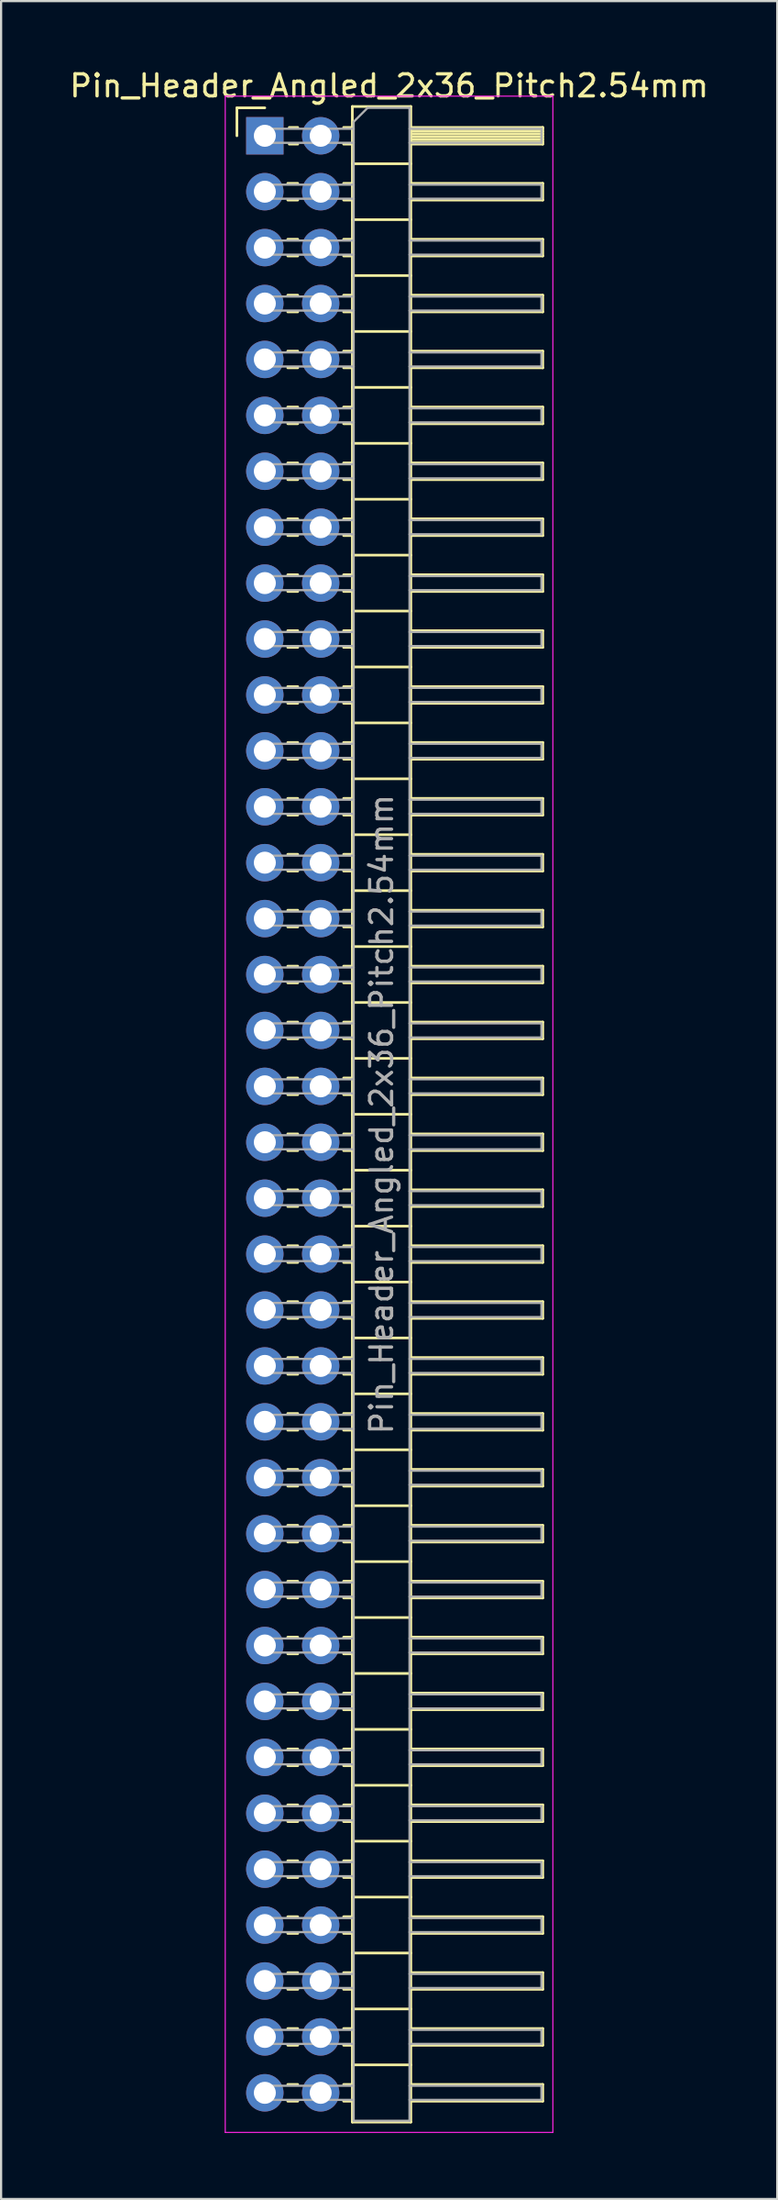
<source format=kicad_pcb>
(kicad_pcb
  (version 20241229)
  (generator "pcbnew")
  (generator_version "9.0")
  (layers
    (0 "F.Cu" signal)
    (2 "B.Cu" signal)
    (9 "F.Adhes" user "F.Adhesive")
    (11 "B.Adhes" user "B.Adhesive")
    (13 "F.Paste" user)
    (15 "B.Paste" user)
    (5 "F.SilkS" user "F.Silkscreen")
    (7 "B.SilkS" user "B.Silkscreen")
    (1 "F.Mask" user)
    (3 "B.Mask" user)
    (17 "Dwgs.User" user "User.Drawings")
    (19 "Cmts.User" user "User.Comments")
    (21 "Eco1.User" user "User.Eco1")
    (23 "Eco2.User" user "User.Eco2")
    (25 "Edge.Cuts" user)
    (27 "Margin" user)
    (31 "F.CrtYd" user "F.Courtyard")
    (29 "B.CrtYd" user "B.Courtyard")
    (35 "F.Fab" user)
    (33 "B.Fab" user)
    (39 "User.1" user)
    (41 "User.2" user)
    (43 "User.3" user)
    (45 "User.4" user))
  (footprint "Pin_Header_Angled_2x36_Pitch2.54mm"
    (layer "F.Cu")
    (at 8.994 3.118)
    (property "Reference" "Pin_Header_Angled_2x36_Pitch2.54mm" (at 5.655 -2.27 0) (layer "F.SilkS") (effects (font (size 1 1) (thickness 0.15))))
    (attr through_hole)
    (fp_line (start -1.27 -1.27) (end 0 -1.27) (stroke (width 0.12) (type solid)) (layer "F.SilkS"))
    (fp_line (start -1.27 0) (end -1.27 -1.27) (stroke (width 0.12) (type solid)) (layer "F.SilkS"))
    (fp_line (start 1.043 2.16) (end 1.497 2.16) (stroke (width 0.12) (type solid)) (layer "F.SilkS"))
    (fp_line (start 1.043 2.92) (end 1.497 2.92) (stroke (width 0.12) (type solid)) (layer "F.SilkS"))
    (fp_line (start 1.043 4.7) (end 1.497 4.7) (stroke (width 0.12) (type solid)) (layer "F.SilkS"))
    (fp_line (start 1.043 5.46) (end 1.497 5.46) (stroke (width 0.12) (type solid)) (layer "F.SilkS"))
    (fp_line (start 1.043 7.24) (end 1.497 7.24) (stroke (width 0.12) (type solid)) (layer "F.SilkS"))
    (fp_line (start 1.043 8) (end 1.497 8) (stroke (width 0.12) (type solid)) (layer "F.SilkS"))
    (fp_line (start 1.043 9.78) (end 1.497 9.78) (stroke (width 0.12) (type solid)) (layer "F.SilkS"))
    (fp_line (start 1.043 10.54) (end 1.497 10.54) (stroke (width 0.12) (type solid)) (layer "F.SilkS"))
    (fp_line (start 1.043 12.32) (end 1.497 12.32) (stroke (width 0.12) (type solid)) (layer "F.SilkS"))
    (fp_line (start 1.043 13.08) (end 1.497 13.08) (stroke (width 0.12) (type solid)) (layer "F.SilkS"))
    (fp_line (start 1.043 14.86) (end 1.497 14.86) (stroke (width 0.12) (type solid)) (layer "F.SilkS"))
    (fp_line (start 1.043 15.62) (end 1.497 15.62) (stroke (width 0.12) (type solid)) (layer "F.SilkS"))
    (fp_line (start 1.043 17.4) (end 1.497 17.4) (stroke (width 0.12) (type solid)) (layer "F.SilkS"))
    (fp_line (start 1.043 18.16) (end 1.497 18.16) (stroke (width 0.12) (type solid)) (layer "F.SilkS"))
    (fp_line (start 1.043 19.94) (end 1.497 19.94) (stroke (width 0.12) (type solid)) (layer "F.SilkS"))
    (fp_line (start 1.043 20.7) (end 1.497 20.7) (stroke (width 0.12) (type solid)) (layer "F.SilkS"))
    (fp_line (start 1.043 22.48) (end 1.497 22.48) (stroke (width 0.12) (type solid)) (layer "F.SilkS"))
    (fp_line (start 1.043 23.24) (end 1.497 23.24) (stroke (width 0.12) (type solid)) (layer "F.SilkS"))
    (fp_line (start 1.043 25.02) (end 1.497 25.02) (stroke (width 0.12) (type solid)) (layer "F.SilkS"))
    (fp_line (start 1.043 25.78) (end 1.497 25.78) (stroke (width 0.12) (type solid)) (layer "F.SilkS"))
    (fp_line (start 1.043 27.56) (end 1.497 27.56) (stroke (width 0.12) (type solid)) (layer "F.SilkS"))
    (fp_line (start 1.043 28.32) (end 1.497 28.32) (stroke (width 0.12) (type solid)) (layer "F.SilkS"))
    (fp_line (start 1.043 30.1) (end 1.497 30.1) (stroke (width 0.12) (type solid)) (layer "F.SilkS"))
    (fp_line (start 1.043 30.86) (end 1.497 30.86) (stroke (width 0.12) (type solid)) (layer "F.SilkS"))
    (fp_line (start 1.043 32.64) (end 1.497 32.64) (stroke (width 0.12) (type solid)) (layer "F.SilkS"))
    (fp_line (start 1.043 33.4) (end 1.497 33.4) (stroke (width 0.12) (type solid)) (layer "F.SilkS"))
    (fp_line (start 1.043 35.18) (end 1.497 35.18) (stroke (width 0.12) (type solid)) (layer "F.SilkS"))
    (fp_line (start 1.043 35.94) (end 1.497 35.94) (stroke (width 0.12) (type solid)) (layer "F.SilkS"))
    (fp_line (start 1.043 37.72) (end 1.497 37.72) (stroke (width 0.12) (type solid)) (layer "F.SilkS"))
    (fp_line (start 1.043 38.48) (end 1.497 38.48) (stroke (width 0.12) (type solid)) (layer "F.SilkS"))
    (fp_line (start 1.043 40.26) (end 1.497 40.26) (stroke (width 0.12) (type solid)) (layer "F.SilkS"))
    (fp_line (start 1.043 41.02) (end 1.497 41.02) (stroke (width 0.12) (type solid)) (layer "F.SilkS"))
    (fp_line (start 1.043 42.8) (end 1.497 42.8) (stroke (width 0.12) (type solid)) (layer "F.SilkS"))
    (fp_line (start 1.043 43.56) (end 1.497 43.56) (stroke (width 0.12) (type solid)) (layer "F.SilkS"))
    (fp_line (start 1.043 45.34) (end 1.497 45.34) (stroke (width 0.12) (type solid)) (layer "F.SilkS"))
    (fp_line (start 1.043 46.1) (end 1.497 46.1) (stroke (width 0.12) (type solid)) (layer "F.SilkS"))
    (fp_line (start 1.043 47.88) (end 1.497 47.88) (stroke (width 0.12) (type solid)) (layer "F.SilkS"))
    (fp_line (start 1.043 48.64) (end 1.497 48.64) (stroke (width 0.12) (type solid)) (layer "F.SilkS"))
    (fp_line (start 1.043 50.42) (end 1.497 50.42) (stroke (width 0.12) (type solid)) (layer "F.SilkS"))
    (fp_line (start 1.043 51.18) (end 1.497 51.18) (stroke (width 0.12) (type solid)) (layer "F.SilkS"))
    (fp_line (start 1.043 52.96) (end 1.497 52.96) (stroke (width 0.12) (type solid)) (layer "F.SilkS"))
    (fp_line (start 1.043 53.72) (end 1.497 53.72) (stroke (width 0.12) (type solid)) (layer "F.SilkS"))
    (fp_line (start 1.043 55.5) (end 1.497 55.5) (stroke (width 0.12) (type solid)) (layer "F.SilkS"))
    (fp_line (start 1.043 56.26) (end 1.497 56.26) (stroke (width 0.12) (type solid)) (layer "F.SilkS"))
    (fp_line (start 1.043 58.04) (end 1.497 58.04) (stroke (width 0.12) (type solid)) (layer "F.SilkS"))
    (fp_line (start 1.043 58.8) (end 1.497 58.8) (stroke (width 0.12) (type solid)) (layer "F.SilkS"))
    (fp_line (start 1.043 60.58) (end 1.497 60.58) (stroke (width 0.12) (type solid)) (layer "F.SilkS"))
    (fp_line (start 1.043 61.34) (end 1.497 61.34) (stroke (width 0.12) (type solid)) (layer "F.SilkS"))
    (fp_line (start 1.043 63.12) (end 1.497 63.12) (stroke (width 0.12) (type solid)) (layer "F.SilkS"))
    (fp_line (start 1.043 63.88) (end 1.497 63.88) (stroke (width 0.12) (type solid)) (layer "F.SilkS"))
    (fp_line (start 1.043 65.66) (end 1.497 65.66) (stroke (width 0.12) (type solid)) (layer "F.SilkS"))
    (fp_line (start 1.043 66.42) (end 1.497 66.42) (stroke (width 0.12) (type solid)) (layer "F.SilkS"))
    (fp_line (start 1.043 68.2) (end 1.497 68.2) (stroke (width 0.12) (type solid)) (layer "F.SilkS"))
    (fp_line (start 1.043 68.96) (end 1.497 68.96) (stroke (width 0.12) (type solid)) (layer "F.SilkS"))
    (fp_line (start 1.043 70.74) (end 1.497 70.74) (stroke (width 0.12) (type solid)) (layer "F.SilkS"))
    (fp_line (start 1.043 71.5) (end 1.497 71.5) (stroke (width 0.12) (type solid)) (layer "F.SilkS"))
    (fp_line (start 1.043 73.28) (end 1.497 73.28) (stroke (width 0.12) (type solid)) (layer "F.SilkS"))
    (fp_line (start 1.043 74.04) (end 1.497 74.04) (stroke (width 0.12) (type solid)) (layer "F.SilkS"))
    (fp_line (start 1.043 75.82) (end 1.497 75.82) (stroke (width 0.12) (type solid)) (layer "F.SilkS"))
    (fp_line (start 1.043 76.58) (end 1.497 76.58) (stroke (width 0.12) (type solid)) (layer "F.SilkS"))
    (fp_line (start 1.043 78.36) (end 1.497 78.36) (stroke (width 0.12) (type solid)) (layer "F.SilkS"))
    (fp_line (start 1.043 79.12) (end 1.497 79.12) (stroke (width 0.12) (type solid)) (layer "F.SilkS"))
    (fp_line (start 1.043 80.9) (end 1.497 80.9) (stroke (width 0.12) (type solid)) (layer "F.SilkS"))
    (fp_line (start 1.043 81.66) (end 1.497 81.66) (stroke (width 0.12) (type solid)) (layer "F.SilkS"))
    (fp_line (start 1.043 83.44) (end 1.497 83.44) (stroke (width 0.12) (type solid)) (layer "F.SilkS"))
    (fp_line (start 1.043 84.2) (end 1.497 84.2) (stroke (width 0.12) (type solid)) (layer "F.SilkS"))
    (fp_line (start 1.043 85.98) (end 1.497 85.98) (stroke (width 0.12) (type solid)) (layer "F.SilkS"))
    (fp_line (start 1.043 86.74) (end 1.497 86.74) (stroke (width 0.12) (type solid)) (layer "F.SilkS"))
    (fp_line (start 1.043 88.52) (end 1.497 88.52) (stroke (width 0.12) (type solid)) (layer "F.SilkS"))
    (fp_line (start 1.043 89.28) (end 1.497 89.28) (stroke (width 0.12) (type solid)) (layer "F.SilkS"))
    (fp_line (start 1.11 -0.38) (end 1.497 -0.38) (stroke (width 0.12) (type solid)) (layer "F.SilkS"))
    (fp_line (start 1.11 0.38) (end 1.497 0.38) (stroke (width 0.12) (type solid)) (layer "F.SilkS"))
    (fp_line (start 3.583 -0.38) (end 3.98 -0.38) (stroke (width 0.12) (type solid)) (layer "F.SilkS"))
    (fp_line (start 3.583 0.38) (end 3.98 0.38) (stroke (width 0.12) (type solid)) (layer "F.SilkS"))
    (fp_line (start 3.583 2.16) (end 3.98 2.16) (stroke (width 0.12) (type solid)) (layer "F.SilkS"))
    (fp_line (start 3.583 2.92) (end 3.98 2.92) (stroke (width 0.12) (type solid)) (layer "F.SilkS"))
    (fp_line (start 3.583 4.7) (end 3.98 4.7) (stroke (width 0.12) (type solid)) (layer "F.SilkS"))
    (fp_line (start 3.583 5.46) (end 3.98 5.46) (stroke (width 0.12) (type solid)) (layer "F.SilkS"))
    (fp_line (start 3.583 7.24) (end 3.98 7.24) (stroke (width 0.12) (type solid)) (layer "F.SilkS"))
    (fp_line (start 3.583 8) (end 3.98 8) (stroke (width 0.12) (type solid)) (layer "F.SilkS"))
    (fp_line (start 3.583 9.78) (end 3.98 9.78) (stroke (width 0.12) (type solid)) (layer "F.SilkS"))
    (fp_line (start 3.583 10.54) (end 3.98 10.54) (stroke (width 0.12) (type solid)) (layer "F.SilkS"))
    (fp_line (start 3.583 12.32) (end 3.98 12.32) (stroke (width 0.12) (type solid)) (layer "F.SilkS"))
    (fp_line (start 3.583 13.08) (end 3.98 13.08) (stroke (width 0.12) (type solid)) (layer "F.SilkS"))
    (fp_line (start 3.583 14.86) (end 3.98 14.86) (stroke (width 0.12) (type solid)) (layer "F.SilkS"))
    (fp_line (start 3.583 15.62) (end 3.98 15.62) (stroke (width 0.12) (type solid)) (layer "F.SilkS"))
    (fp_line (start 3.583 17.4) (end 3.98 17.4) (stroke (width 0.12) (type solid)) (layer "F.SilkS"))
    (fp_line (start 3.583 18.16) (end 3.98 18.16) (stroke (width 0.12) (type solid)) (layer "F.SilkS"))
    (fp_line (start 3.583 19.94) (end 3.98 19.94) (stroke (width 0.12) (type solid)) (layer "F.SilkS"))
    (fp_line (start 3.583 20.7) (end 3.98 20.7) (stroke (width 0.12) (type solid)) (layer "F.SilkS"))
    (fp_line (start 3.583 22.48) (end 3.98 22.48) (stroke (width 0.12) (type solid)) (layer "F.SilkS"))
    (fp_line (start 3.583 23.24) (end 3.98 23.24) (stroke (width 0.12) (type solid)) (layer "F.SilkS"))
    (fp_line (start 3.583 25.02) (end 3.98 25.02) (stroke (width 0.12) (type solid)) (layer "F.SilkS"))
    (fp_line (start 3.583 25.78) (end 3.98 25.78) (stroke (width 0.12) (type solid)) (layer "F.SilkS"))
    (fp_line (start 3.583 27.56) (end 3.98 27.56) (stroke (width 0.12) (type solid)) (layer "F.SilkS"))
    (fp_line (start 3.583 28.32) (end 3.98 28.32) (stroke (width 0.12) (type solid)) (layer "F.SilkS"))
    (fp_line (start 3.583 30.1) (end 3.98 30.1) (stroke (width 0.12) (type solid)) (layer "F.SilkS"))
    (fp_line (start 3.583 30.86) (end 3.98 30.86) (stroke (width 0.12) (type solid)) (layer "F.SilkS"))
    (fp_line (start 3.583 32.64) (end 3.98 32.64) (stroke (width 0.12) (type solid)) (layer "F.SilkS"))
    (fp_line (start 3.583 33.4) (end 3.98 33.4) (stroke (width 0.12) (type solid)) (layer "F.SilkS"))
    (fp_line (start 3.583 35.18) (end 3.98 35.18) (stroke (width 0.12) (type solid)) (layer "F.SilkS"))
    (fp_line (start 3.583 35.94) (end 3.98 35.94) (stroke (width 0.12) (type solid)) (layer "F.SilkS"))
    (fp_line (start 3.583 37.72) (end 3.98 37.72) (stroke (width 0.12) (type solid)) (layer "F.SilkS"))
    (fp_line (start 3.583 38.48) (end 3.98 38.48) (stroke (width 0.12) (type solid)) (layer "F.SilkS"))
    (fp_line (start 3.583 40.26) (end 3.98 40.26) (stroke (width 0.12) (type solid)) (layer "F.SilkS"))
    (fp_line (start 3.583 41.02) (end 3.98 41.02) (stroke (width 0.12) (type solid)) (layer "F.SilkS"))
    (fp_line (start 3.583 42.8) (end 3.98 42.8) (stroke (width 0.12) (type solid)) (layer "F.SilkS"))
    (fp_line (start 3.583 43.56) (end 3.98 43.56) (stroke (width 0.12) (type solid)) (layer "F.SilkS"))
    (fp_line (start 3.583 45.34) (end 3.98 45.34) (stroke (width 0.12) (type solid)) (layer "F.SilkS"))
    (fp_line (start 3.583 46.1) (end 3.98 46.1) (stroke (width 0.12) (type solid)) (layer "F.SilkS"))
    (fp_line (start 3.583 47.88) (end 3.98 47.88) (stroke (width 0.12) (type solid)) (layer "F.SilkS"))
    (fp_line (start 3.583 48.64) (end 3.98 48.64) (stroke (width 0.12) (type solid)) (layer "F.SilkS"))
    (fp_line (start 3.583 50.42) (end 3.98 50.42) (stroke (width 0.12) (type solid)) (layer "F.SilkS"))
    (fp_line (start 3.583 51.18) (end 3.98 51.18) (stroke (width 0.12) (type solid)) (layer "F.SilkS"))
    (fp_line (start 3.583 52.96) (end 3.98 52.96) (stroke (width 0.12) (type solid)) (layer "F.SilkS"))
    (fp_line (start 3.583 53.72) (end 3.98 53.72) (stroke (width 0.12) (type solid)) (layer "F.SilkS"))
    (fp_line (start 3.583 55.5) (end 3.98 55.5) (stroke (width 0.12) (type solid)) (layer "F.SilkS"))
    (fp_line (start 3.583 56.26) (end 3.98 56.26) (stroke (width 0.12) (type solid)) (layer "F.SilkS"))
    (fp_line (start 3.583 58.04) (end 3.98 58.04) (stroke (width 0.12) (type solid)) (layer "F.SilkS"))
    (fp_line (start 3.583 58.8) (end 3.98 58.8) (stroke (width 0.12) (type solid)) (layer "F.SilkS"))
    (fp_line (start 3.583 60.58) (end 3.98 60.58) (stroke (width 0.12) (type solid)) (layer "F.SilkS"))
    (fp_line (start 3.583 61.34) (end 3.98 61.34) (stroke (width 0.12) (type solid)) (layer "F.SilkS"))
    (fp_line (start 3.583 63.12) (end 3.98 63.12) (stroke (width 0.12) (type solid)) (layer "F.SilkS"))
    (fp_line (start 3.583 63.88) (end 3.98 63.88) (stroke (width 0.12) (type solid)) (layer "F.SilkS"))
    (fp_line (start 3.583 65.66) (end 3.98 65.66) (stroke (width 0.12) (type solid)) (layer "F.SilkS"))
    (fp_line (start 3.583 66.42) (end 3.98 66.42) (stroke (width 0.12) (type solid)) (layer "F.SilkS"))
    (fp_line (start 3.583 68.2) (end 3.98 68.2) (stroke (width 0.12) (type solid)) (layer "F.SilkS"))
    (fp_line (start 3.583 68.96) (end 3.98 68.96) (stroke (width 0.12) (type solid)) (layer "F.SilkS"))
    (fp_line (start 3.583 70.74) (end 3.98 70.74) (stroke (width 0.12) (type solid)) (layer "F.SilkS"))
    (fp_line (start 3.583 71.5) (end 3.98 71.5) (stroke (width 0.12) (type solid)) (layer "F.SilkS"))
    (fp_line (start 3.583 73.28) (end 3.98 73.28) (stroke (width 0.12) (type solid)) (layer "F.SilkS"))
    (fp_line (start 3.583 74.04) (end 3.98 74.04) (stroke (width 0.12) (type solid)) (layer "F.SilkS"))
    (fp_line (start 3.583 75.82) (end 3.98 75.82) (stroke (width 0.12) (type solid)) (layer "F.SilkS"))
    (fp_line (start 3.583 76.58) (end 3.98 76.58) (stroke (width 0.12) (type solid)) (layer "F.SilkS"))
    (fp_line (start 3.583 78.36) (end 3.98 78.36) (stroke (width 0.12) (type solid)) (layer "F.SilkS"))
    (fp_line (start 3.583 79.12) (end 3.98 79.12) (stroke (width 0.12) (type solid)) (layer "F.SilkS"))
    (fp_line (start 3.583 80.9) (end 3.98 80.9) (stroke (width 0.12) (type solid)) (layer "F.SilkS"))
    (fp_line (start 3.583 81.66) (end 3.98 81.66) (stroke (width 0.12) (type solid)) (layer "F.SilkS"))
    (fp_line (start 3.583 83.44) (end 3.98 83.44) (stroke (width 0.12) (type solid)) (layer "F.SilkS"))
    (fp_line (start 3.583 84.2) (end 3.98 84.2) (stroke (width 0.12) (type solid)) (layer "F.SilkS"))
    (fp_line (start 3.583 85.98) (end 3.98 85.98) (stroke (width 0.12) (type solid)) (layer "F.SilkS"))
    (fp_line (start 3.583 86.74) (end 3.98 86.74) (stroke (width 0.12) (type solid)) (layer "F.SilkS"))
    (fp_line (start 3.583 88.52) (end 3.98 88.52) (stroke (width 0.12) (type solid)) (layer "F.SilkS"))
    (fp_line (start 3.583 89.28) (end 3.98 89.28) (stroke (width 0.12) (type solid)) (layer "F.SilkS"))
    (fp_line (start 3.98 -1.33) (end 3.98 90.23) (stroke (width 0.12) (type solid)) (layer "F.SilkS"))
    (fp_line (start 3.98 1.27) (end 6.64 1.27) (stroke (width 0.12) (type solid)) (layer "F.SilkS"))
    (fp_line (start 3.98 3.81) (end 6.64 3.81) (stroke (width 0.12) (type solid)) (layer "F.SilkS"))
    (fp_line (start 3.98 6.35) (end 6.64 6.35) (stroke (width 0.12) (type solid)) (layer "F.SilkS"))
    (fp_line (start 3.98 8.89) (end 6.64 8.89) (stroke (width 0.12) (type solid)) (layer "F.SilkS"))
    (fp_line (start 3.98 11.43) (end 6.64 11.43) (stroke (width 0.12) (type solid)) (layer "F.SilkS"))
    (fp_line (start 3.98 13.97) (end 6.64 13.97) (stroke (width 0.12) (type solid)) (layer "F.SilkS"))
    (fp_line (start 3.98 16.51) (end 6.64 16.51) (stroke (width 0.12) (type solid)) (layer "F.SilkS"))
    (fp_line (start 3.98 19.05) (end 6.64 19.05) (stroke (width 0.12) (type solid)) (layer "F.SilkS"))
    (fp_line (start 3.98 21.59) (end 6.64 21.59) (stroke (width 0.12) (type solid)) (layer "F.SilkS"))
    (fp_line (start 3.98 24.13) (end 6.64 24.13) (stroke (width 0.12) (type solid)) (layer "F.SilkS"))
    (fp_line (start 3.98 26.67) (end 6.64 26.67) (stroke (width 0.12) (type solid)) (layer "F.SilkS"))
    (fp_line (start 3.98 29.21) (end 6.64 29.21) (stroke (width 0.12) (type solid)) (layer "F.SilkS"))
    (fp_line (start 3.98 31.75) (end 6.64 31.75) (stroke (width 0.12) (type solid)) (layer "F.SilkS"))
    (fp_line (start 3.98 34.29) (end 6.64 34.29) (stroke (width 0.12) (type solid)) (layer "F.SilkS"))
    (fp_line (start 3.98 36.83) (end 6.64 36.83) (stroke (width 0.12) (type solid)) (layer "F.SilkS"))
    (fp_line (start 3.98 39.37) (end 6.64 39.37) (stroke (width 0.12) (type solid)) (layer "F.SilkS"))
    (fp_line (start 3.98 41.91) (end 6.64 41.91) (stroke (width 0.12) (type solid)) (layer "F.SilkS"))
    (fp_line (start 3.98 44.45) (end 6.64 44.45) (stroke (width 0.12) (type solid)) (layer "F.SilkS"))
    (fp_line (start 3.98 46.99) (end 6.64 46.99) (stroke (width 0.12) (type solid)) (layer "F.SilkS"))
    (fp_line (start 3.98 49.53) (end 6.64 49.53) (stroke (width 0.12) (type solid)) (layer "F.SilkS"))
    (fp_line (start 3.98 52.07) (end 6.64 52.07) (stroke (width 0.12) (type solid)) (layer "F.SilkS"))
    (fp_line (start 3.98 54.61) (end 6.64 54.61) (stroke (width 0.12) (type solid)) (layer "F.SilkS"))
    (fp_line (start 3.98 57.15) (end 6.64 57.15) (stroke (width 0.12) (type solid)) (layer "F.SilkS"))
    (fp_line (start 3.98 59.69) (end 6.64 59.69) (stroke (width 0.12) (type solid)) (layer "F.SilkS"))
    (fp_line (start 3.98 62.23) (end 6.64 62.23) (stroke (width 0.12) (type solid)) (layer "F.SilkS"))
    (fp_line (start 3.98 64.77) (end 6.64 64.77) (stroke (width 0.12) (type solid)) (layer "F.SilkS"))
    (fp_line (start 3.98 67.31) (end 6.64 67.31) (stroke (width 0.12) (type solid)) (layer "F.SilkS"))
    (fp_line (start 3.98 69.85) (end 6.64 69.85) (stroke (width 0.12) (type solid)) (layer "F.SilkS"))
    (fp_line (start 3.98 72.39) (end 6.64 72.39) (stroke (width 0.12) (type solid)) (layer "F.SilkS"))
    (fp_line (start 3.98 74.93) (end 6.64 74.93) (stroke (width 0.12) (type solid)) (layer "F.SilkS"))
    (fp_line (start 3.98 77.47) (end 6.64 77.47) (stroke (width 0.12) (type solid)) (layer "F.SilkS"))
    (fp_line (start 3.98 80.01) (end 6.64 80.01) (stroke (width 0.12) (type solid)) (layer "F.SilkS"))
    (fp_line (start 3.98 82.55) (end 6.64 82.55) (stroke (width 0.12) (type solid)) (layer "F.SilkS"))
    (fp_line (start 3.98 85.09) (end 6.64 85.09) (stroke (width 0.12) (type solid)) (layer "F.SilkS"))
    (fp_line (start 3.98 87.63) (end 6.64 87.63) (stroke (width 0.12) (type solid)) (layer "F.SilkS"))
    (fp_line (start 3.98 90.23) (end 6.64 90.23) (stroke (width 0.12) (type solid)) (layer "F.SilkS"))
    (fp_line (start 6.64 -1.33) (end 3.98 -1.33) (stroke (width 0.12) (type solid)) (layer "F.SilkS"))
    (fp_line (start 6.64 -0.38) (end 12.64 -0.38) (stroke (width 0.12) (type solid)) (layer "F.SilkS"))
    (fp_line (start 6.64 -0.32) (end 12.64 -0.32) (stroke (width 0.12) (type solid)) (layer "F.SilkS"))
    (fp_line (start 6.64 -0.2) (end 12.64 -0.2) (stroke (width 0.12) (type solid)) (layer "F.SilkS"))
    (fp_line (start 6.64 -0.08) (end 12.64 -0.08) (stroke (width 0.12) (type solid)) (layer "F.SilkS"))
    (fp_line (start 6.64 0.04) (end 12.64 0.04) (stroke (width 0.12) (type solid)) (layer "F.SilkS"))
    (fp_line (start 6.64 0.16) (end 12.64 0.16) (stroke (width 0.12) (type solid)) (layer "F.SilkS"))
    (fp_line (start 6.64 0.28) (end 12.64 0.28) (stroke (width 0.12) (type solid)) (layer "F.SilkS"))
    (fp_line (start 6.64 2.16) (end 12.64 2.16) (stroke (width 0.12) (type solid)) (layer "F.SilkS"))
    (fp_line (start 6.64 4.7) (end 12.64 4.7) (stroke (width 0.12) (type solid)) (layer "F.SilkS"))
    (fp_line (start 6.64 7.24) (end 12.64 7.24) (stroke (width 0.12) (type solid)) (layer "F.SilkS"))
    (fp_line (start 6.64 9.78) (end 12.64 9.78) (stroke (width 0.12) (type solid)) (layer "F.SilkS"))
    (fp_line (start 6.64 12.32) (end 12.64 12.32) (stroke (width 0.12) (type solid)) (layer "F.SilkS"))
    (fp_line (start 6.64 14.86) (end 12.64 14.86) (stroke (width 0.12) (type solid)) (layer "F.SilkS"))
    (fp_line (start 6.64 17.4) (end 12.64 17.4) (stroke (width 0.12) (type solid)) (layer "F.SilkS"))
    (fp_line (start 6.64 19.94) (end 12.64 19.94) (stroke (width 0.12) (type solid)) (layer "F.SilkS"))
    (fp_line (start 6.64 22.48) (end 12.64 22.48) (stroke (width 0.12) (type solid)) (layer "F.SilkS"))
    (fp_line (start 6.64 25.02) (end 12.64 25.02) (stroke (width 0.12) (type solid)) (layer "F.SilkS"))
    (fp_line (start 6.64 27.56) (end 12.64 27.56) (stroke (width 0.12) (type solid)) (layer "F.SilkS"))
    (fp_line (start 6.64 30.1) (end 12.64 30.1) (stroke (width 0.12) (type solid)) (layer "F.SilkS"))
    (fp_line (start 6.64 32.64) (end 12.64 32.64) (stroke (width 0.12) (type solid)) (layer "F.SilkS"))
    (fp_line (start 6.64 35.18) (end 12.64 35.18) (stroke (width 0.12) (type solid)) (layer "F.SilkS"))
    (fp_line (start 6.64 37.72) (end 12.64 37.72) (stroke (width 0.12) (type solid)) (layer "F.SilkS"))
    (fp_line (start 6.64 40.26) (end 12.64 40.26) (stroke (width 0.12) (type solid)) (layer "F.SilkS"))
    (fp_line (start 6.64 42.8) (end 12.64 42.8) (stroke (width 0.12) (type solid)) (layer "F.SilkS"))
    (fp_line (start 6.64 45.34) (end 12.64 45.34) (stroke (width 0.12) (type solid)) (layer "F.SilkS"))
    (fp_line (start 6.64 47.88) (end 12.64 47.88) (stroke (width 0.12) (type solid)) (layer "F.SilkS"))
    (fp_line (start 6.64 50.42) (end 12.64 50.42) (stroke (width 0.12) (type solid)) (layer "F.SilkS"))
    (fp_line (start 6.64 52.96) (end 12.64 52.96) (stroke (width 0.12) (type solid)) (layer "F.SilkS"))
    (fp_line (start 6.64 55.5) (end 12.64 55.5) (stroke (width 0.12) (type solid)) (layer "F.SilkS"))
    (fp_line (start 6.64 58.04) (end 12.64 58.04) (stroke (width 0.12) (type solid)) (layer "F.SilkS"))
    (fp_line (start 6.64 60.58) (end 12.64 60.58) (stroke (width 0.12) (type solid)) (layer "F.SilkS"))
    (fp_line (start 6.64 63.12) (end 12.64 63.12) (stroke (width 0.12) (type solid)) (layer "F.SilkS"))
    (fp_line (start 6.64 65.66) (end 12.64 65.66) (stroke (width 0.12) (type solid)) (layer "F.SilkS"))
    (fp_line (start 6.64 68.2) (end 12.64 68.2) (stroke (width 0.12) (type solid)) (layer "F.SilkS"))
    (fp_line (start 6.64 70.74) (end 12.64 70.74) (stroke (width 0.12) (type solid)) (layer "F.SilkS"))
    (fp_line (start 6.64 73.28) (end 12.64 73.28) (stroke (width 0.12) (type solid)) (layer "F.SilkS"))
    (fp_line (start 6.64 75.82) (end 12.64 75.82) (stroke (width 0.12) (type solid)) (layer "F.SilkS"))
    (fp_line (start 6.64 78.36) (end 12.64 78.36) (stroke (width 0.12) (type solid)) (layer "F.SilkS"))
    (fp_line (start 6.64 80.9) (end 12.64 80.9) (stroke (width 0.12) (type solid)) (layer "F.SilkS"))
    (fp_line (start 6.64 83.44) (end 12.64 83.44) (stroke (width 0.12) (type solid)) (layer "F.SilkS"))
    (fp_line (start 6.64 85.98) (end 12.64 85.98) (stroke (width 0.12) (type solid)) (layer "F.SilkS"))
    (fp_line (start 6.64 88.52) (end 12.64 88.52) (stroke (width 0.12) (type solid)) (layer "F.SilkS"))
    (fp_line (start 6.64 90.23) (end 6.64 -1.33) (stroke (width 0.12) (type solid)) (layer "F.SilkS"))
    (fp_line (start 12.64 -0.38) (end 12.64 0.38) (stroke (width 0.12) (type solid)) (layer "F.SilkS"))
    (fp_line (start 12.64 0.38) (end 6.64 0.38) (stroke (width 0.12) (type solid)) (layer "F.SilkS"))
    (fp_line (start 12.64 2.16) (end 12.64 2.92) (stroke (width 0.12) (type solid)) (layer "F.SilkS"))
    (fp_line (start 12.64 2.92) (end 6.64 2.92) (stroke (width 0.12) (type solid)) (layer "F.SilkS"))
    (fp_line (start 12.64 4.7) (end 12.64 5.46) (stroke (width 0.12) (type solid)) (layer "F.SilkS"))
    (fp_line (start 12.64 5.46) (end 6.64 5.46) (stroke (width 0.12) (type solid)) (layer "F.SilkS"))
    (fp_line (start 12.64 7.24) (end 12.64 8) (stroke (width 0.12) (type solid)) (layer "F.SilkS"))
    (fp_line (start 12.64 8) (end 6.64 8) (stroke (width 0.12) (type solid)) (layer "F.SilkS"))
    (fp_line (start 12.64 9.78) (end 12.64 10.54) (stroke (width 0.12) (type solid)) (layer "F.SilkS"))
    (fp_line (start 12.64 10.54) (end 6.64 10.54) (stroke (width 0.12) (type solid)) (layer "F.SilkS"))
    (fp_line (start 12.64 12.32) (end 12.64 13.08) (stroke (width 0.12) (type solid)) (layer "F.SilkS"))
    (fp_line (start 12.64 13.08) (end 6.64 13.08) (stroke (width 0.12) (type solid)) (layer "F.SilkS"))
    (fp_line (start 12.64 14.86) (end 12.64 15.62) (stroke (width 0.12) (type solid)) (layer "F.SilkS"))
    (fp_line (start 12.64 15.62) (end 6.64 15.62) (stroke (width 0.12) (type solid)) (layer "F.SilkS"))
    (fp_line (start 12.64 17.4) (end 12.64 18.16) (stroke (width 0.12) (type solid)) (layer "F.SilkS"))
    (fp_line (start 12.64 18.16) (end 6.64 18.16) (stroke (width 0.12) (type solid)) (layer "F.SilkS"))
    (fp_line (start 12.64 19.94) (end 12.64 20.7) (stroke (width 0.12) (type solid)) (layer "F.SilkS"))
    (fp_line (start 12.64 20.7) (end 6.64 20.7) (stroke (width 0.12) (type solid)) (layer "F.SilkS"))
    (fp_line (start 12.64 22.48) (end 12.64 23.24) (stroke (width 0.12) (type solid)) (layer "F.SilkS"))
    (fp_line (start 12.64 23.24) (end 6.64 23.24) (stroke (width 0.12) (type solid)) (layer "F.SilkS"))
    (fp_line (start 12.64 25.02) (end 12.64 25.78) (stroke (width 0.12) (type solid)) (layer "F.SilkS"))
    (fp_line (start 12.64 25.78) (end 6.64 25.78) (stroke (width 0.12) (type solid)) (layer "F.SilkS"))
    (fp_line (start 12.64 27.56) (end 12.64 28.32) (stroke (width 0.12) (type solid)) (layer "F.SilkS"))
    (fp_line (start 12.64 28.32) (end 6.64 28.32) (stroke (width 0.12) (type solid)) (layer "F.SilkS"))
    (fp_line (start 12.64 30.1) (end 12.64 30.86) (stroke (width 0.12) (type solid)) (layer "F.SilkS"))
    (fp_line (start 12.64 30.86) (end 6.64 30.86) (stroke (width 0.12) (type solid)) (layer "F.SilkS"))
    (fp_line (start 12.64 32.64) (end 12.64 33.4) (stroke (width 0.12) (type solid)) (layer "F.SilkS"))
    (fp_line (start 12.64 33.4) (end 6.64 33.4) (stroke (width 0.12) (type solid)) (layer "F.SilkS"))
    (fp_line (start 12.64 35.18) (end 12.64 35.94) (stroke (width 0.12) (type solid)) (layer "F.SilkS"))
    (fp_line (start 12.64 35.94) (end 6.64 35.94) (stroke (width 0.12) (type solid)) (layer "F.SilkS"))
    (fp_line (start 12.64 37.72) (end 12.64 38.48) (stroke (width 0.12) (type solid)) (layer "F.SilkS"))
    (fp_line (start 12.64 38.48) (end 6.64 38.48) (stroke (width 0.12) (type solid)) (layer "F.SilkS"))
    (fp_line (start 12.64 40.26) (end 12.64 41.02) (stroke (width 0.12) (type solid)) (layer "F.SilkS"))
    (fp_line (start 12.64 41.02) (end 6.64 41.02) (stroke (width 0.12) (type solid)) (layer "F.SilkS"))
    (fp_line (start 12.64 42.8) (end 12.64 43.56) (stroke (width 0.12) (type solid)) (layer "F.SilkS"))
    (fp_line (start 12.64 43.56) (end 6.64 43.56) (stroke (width 0.12) (type solid)) (layer "F.SilkS"))
    (fp_line (start 12.64 45.34) (end 12.64 46.1) (stroke (width 0.12) (type solid)) (layer "F.SilkS"))
    (fp_line (start 12.64 46.1) (end 6.64 46.1) (stroke (width 0.12) (type solid)) (layer "F.SilkS"))
    (fp_line (start 12.64 47.88) (end 12.64 48.64) (stroke (width 0.12) (type solid)) (layer "F.SilkS"))
    (fp_line (start 12.64 48.64) (end 6.64 48.64) (stroke (width 0.12) (type solid)) (layer "F.SilkS"))
    (fp_line (start 12.64 50.42) (end 12.64 51.18) (stroke (width 0.12) (type solid)) (layer "F.SilkS"))
    (fp_line (start 12.64 51.18) (end 6.64 51.18) (stroke (width 0.12) (type solid)) (layer "F.SilkS"))
    (fp_line (start 12.64 52.96) (end 12.64 53.72) (stroke (width 0.12) (type solid)) (layer "F.SilkS"))
    (fp_line (start 12.64 53.72) (end 6.64 53.72) (stroke (width 0.12) (type solid)) (layer "F.SilkS"))
    (fp_line (start 12.64 55.5) (end 12.64 56.26) (stroke (width 0.12) (type solid)) (layer "F.SilkS"))
    (fp_line (start 12.64 56.26) (end 6.64 56.26) (stroke (width 0.12) (type solid)) (layer "F.SilkS"))
    (fp_line (start 12.64 58.04) (end 12.64 58.8) (stroke (width 0.12) (type solid)) (layer "F.SilkS"))
    (fp_line (start 12.64 58.8) (end 6.64 58.8) (stroke (width 0.12) (type solid)) (layer "F.SilkS"))
    (fp_line (start 12.64 60.58) (end 12.64 61.34) (stroke (width 0.12) (type solid)) (layer "F.SilkS"))
    (fp_line (start 12.64 61.34) (end 6.64 61.34) (stroke (width 0.12) (type solid)) (layer "F.SilkS"))
    (fp_line (start 12.64 63.12) (end 12.64 63.88) (stroke (width 0.12) (type solid)) (layer "F.SilkS"))
    (fp_line (start 12.64 63.88) (end 6.64 63.88) (stroke (width 0.12) (type solid)) (layer "F.SilkS"))
    (fp_line (start 12.64 65.66) (end 12.64 66.42) (stroke (width 0.12) (type solid)) (layer "F.SilkS"))
    (fp_line (start 12.64 66.42) (end 6.64 66.42) (stroke (width 0.12) (type solid)) (layer "F.SilkS"))
    (fp_line (start 12.64 68.2) (end 12.64 68.96) (stroke (width 0.12) (type solid)) (layer "F.SilkS"))
    (fp_line (start 12.64 68.96) (end 6.64 68.96) (stroke (width 0.12) (type solid)) (layer "F.SilkS"))
    (fp_line (start 12.64 70.74) (end 12.64 71.5) (stroke (width 0.12) (type solid)) (layer "F.SilkS"))
    (fp_line (start 12.64 71.5) (end 6.64 71.5) (stroke (width 0.12) (type solid)) (layer "F.SilkS"))
    (fp_line (start 12.64 73.28) (end 12.64 74.04) (stroke (width 0.12) (type solid)) (layer "F.SilkS"))
    (fp_line (start 12.64 74.04) (end 6.64 74.04) (stroke (width 0.12) (type solid)) (layer "F.SilkS"))
    (fp_line (start 12.64 75.82) (end 12.64 76.58) (stroke (width 0.12) (type solid)) (layer "F.SilkS"))
    (fp_line (start 12.64 76.58) (end 6.64 76.58) (stroke (width 0.12) (type solid)) (layer "F.SilkS"))
    (fp_line (start 12.64 78.36) (end 12.64 79.12) (stroke (width 0.12) (type solid)) (layer "F.SilkS"))
    (fp_line (start 12.64 79.12) (end 6.64 79.12) (stroke (width 0.12) (type solid)) (layer "F.SilkS"))
    (fp_line (start 12.64 80.9) (end 12.64 81.66) (stroke (width 0.12) (type solid)) (layer "F.SilkS"))
    (fp_line (start 12.64 81.66) (end 6.64 81.66) (stroke (width 0.12) (type solid)) (layer "F.SilkS"))
    (fp_line (start 12.64 83.44) (end 12.64 84.2) (stroke (width 0.12) (type solid)) (layer "F.SilkS"))
    (fp_line (start 12.64 84.2) (end 6.64 84.2) (stroke (width 0.12) (type solid)) (layer "F.SilkS"))
    (fp_line (start 12.64 85.98) (end 12.64 86.74) (stroke (width 0.12) (type solid)) (layer "F.SilkS"))
    (fp_line (start 12.64 86.74) (end 6.64 86.74) (stroke (width 0.12) (type solid)) (layer "F.SilkS"))
    (fp_line (start 12.64 88.52) (end 12.64 89.28) (stroke (width 0.12) (type solid)) (layer "F.SilkS"))
    (fp_line (start 12.64 89.28) (end 6.64 89.28) (stroke (width 0.12) (type solid)) (layer "F.SilkS"))
    (fp_line (start -1.8 -1.8) (end -1.8 90.7) (stroke (width 0.05) (type solid)) (layer "F.CrtYd"))
    (fp_line (start -1.8 90.7) (end 13.1 90.7) (stroke (width 0.05) (type solid)) (layer "F.CrtYd"))
    (fp_line (start 13.1 -1.8) (end -1.8 -1.8) (stroke (width 0.05) (type solid)) (layer "F.CrtYd"))
    (fp_line (start 13.1 90.7) (end 13.1 -1.8) (stroke (width 0.05) (type solid)) (layer "F.CrtYd"))
    (fp_line (start -0.32 -0.32) (end -0.32 0.32) (stroke (width 0.1) (type solid)) (layer "F.Fab"))
    (fp_line (start -0.32 -0.32) (end 4.04 -0.32) (stroke (width 0.1) (type solid)) (layer "F.Fab"))
    (fp_line (start -0.32 0.32) (end 4.04 0.32) (stroke (width 0.1) (type solid)) (layer "F.Fab"))
    (fp_line (start -0.32 2.22) (end -0.32 2.86) (stroke (width 0.1) (type solid)) (layer "F.Fab"))
    (fp_line (start -0.32 2.22) (end 4.04 2.22) (stroke (width 0.1) (type solid)) (layer "F.Fab"))
    (fp_line (start -0.32 2.86) (end 4.04 2.86) (stroke (width 0.1) (type solid)) (layer "F.Fab"))
    (fp_line (start -0.32 4.76) (end -0.32 5.4) (stroke (width 0.1) (type solid)) (layer "F.Fab"))
    (fp_line (start -0.32 4.76) (end 4.04 4.76) (stroke (width 0.1) (type solid)) (layer "F.Fab"))
    (fp_line (start -0.32 5.4) (end 4.04 5.4) (stroke (width 0.1) (type solid)) (layer "F.Fab"))
    (fp_line (start -0.32 7.3) (end -0.32 7.94) (stroke (width 0.1) (type solid)) (layer "F.Fab"))
    (fp_line (start -0.32 7.3) (end 4.04 7.3) (stroke (width 0.1) (type solid)) (layer "F.Fab"))
    (fp_line (start -0.32 7.94) (end 4.04 7.94) (stroke (width 0.1) (type solid)) (layer "F.Fab"))
    (fp_line (start -0.32 9.84) (end -0.32 10.48) (stroke (width 0.1) (type solid)) (layer "F.Fab"))
    (fp_line (start -0.32 9.84) (end 4.04 9.84) (stroke (width 0.1) (type solid)) (layer "F.Fab"))
    (fp_line (start -0.32 10.48) (end 4.04 10.48) (stroke (width 0.1) (type solid)) (layer "F.Fab"))
    (fp_line (start -0.32 12.38) (end -0.32 13.02) (stroke (width 0.1) (type solid)) (layer "F.Fab"))
    (fp_line (start -0.32 12.38) (end 4.04 12.38) (stroke (width 0.1) (type solid)) (layer "F.Fab"))
    (fp_line (start -0.32 13.02) (end 4.04 13.02) (stroke (width 0.1) (type solid)) (layer "F.Fab"))
    (fp_line (start -0.32 14.92) (end -0.32 15.56) (stroke (width 0.1) (type solid)) (layer "F.Fab"))
    (fp_line (start -0.32 14.92) (end 4.04 14.92) (stroke (width 0.1) (type solid)) (layer "F.Fab"))
    (fp_line (start -0.32 15.56) (end 4.04 15.56) (stroke (width 0.1) (type solid)) (layer "F.Fab"))
    (fp_line (start -0.32 17.46) (end -0.32 18.1) (stroke (width 0.1) (type solid)) (layer "F.Fab"))
    (fp_line (start -0.32 17.46) (end 4.04 17.46) (stroke (width 0.1) (type solid)) (layer "F.Fab"))
    (fp_line (start -0.32 18.1) (end 4.04 18.1) (stroke (width 0.1) (type solid)) (layer "F.Fab"))
    (fp_line (start -0.32 20) (end -0.32 20.64) (stroke (width 0.1) (type solid)) (layer "F.Fab"))
    (fp_line (start -0.32 20) (end 4.04 20) (stroke (width 0.1) (type solid)) (layer "F.Fab"))
    (fp_line (start -0.32 20.64) (end 4.04 20.64) (stroke (width 0.1) (type solid)) (layer "F.Fab"))
    (fp_line (start -0.32 22.54) (end -0.32 23.18) (stroke (width 0.1) (type solid)) (layer "F.Fab"))
    (fp_line (start -0.32 22.54) (end 4.04 22.54) (stroke (width 0.1) (type solid)) (layer "F.Fab"))
    (fp_line (start -0.32 23.18) (end 4.04 23.18) (stroke (width 0.1) (type solid)) (layer "F.Fab"))
    (fp_line (start -0.32 25.08) (end -0.32 25.72) (stroke (width 0.1) (type solid)) (layer "F.Fab"))
    (fp_line (start -0.32 25.08) (end 4.04 25.08) (stroke (width 0.1) (type solid)) (layer "F.Fab"))
    (fp_line (start -0.32 25.72) (end 4.04 25.72) (stroke (width 0.1) (type solid)) (layer "F.Fab"))
    (fp_line (start -0.32 27.62) (end -0.32 28.26) (stroke (width 0.1) (type solid)) (layer "F.Fab"))
    (fp_line (start -0.32 27.62) (end 4.04 27.62) (stroke (width 0.1) (type solid)) (layer "F.Fab"))
    (fp_line (start -0.32 28.26) (end 4.04 28.26) (stroke (width 0.1) (type solid)) (layer "F.Fab"))
    (fp_line (start -0.32 30.16) (end -0.32 30.8) (stroke (width 0.1) (type solid)) (layer "F.Fab"))
    (fp_line (start -0.32 30.16) (end 4.04 30.16) (stroke (width 0.1) (type solid)) (layer "F.Fab"))
    (fp_line (start -0.32 30.8) (end 4.04 30.8) (stroke (width 0.1) (type solid)) (layer "F.Fab"))
    (fp_line (start -0.32 32.7) (end -0.32 33.34) (stroke (width 0.1) (type solid)) (layer "F.Fab"))
    (fp_line (start -0.32 32.7) (end 4.04 32.7) (stroke (width 0.1) (type solid)) (layer "F.Fab"))
    (fp_line (start -0.32 33.34) (end 4.04 33.34) (stroke (width 0.1) (type solid)) (layer "F.Fab"))
    (fp_line (start -0.32 35.24) (end -0.32 35.88) (stroke (width 0.1) (type solid)) (layer "F.Fab"))
    (fp_line (start -0.32 35.24) (end 4.04 35.24) (stroke (width 0.1) (type solid)) (layer "F.Fab"))
    (fp_line (start -0.32 35.88) (end 4.04 35.88) (stroke (width 0.1) (type solid)) (layer "F.Fab"))
    (fp_line (start -0.32 37.78) (end -0.32 38.42) (stroke (width 0.1) (type solid)) (layer "F.Fab"))
    (fp_line (start -0.32 37.78) (end 4.04 37.78) (stroke (width 0.1) (type solid)) (layer "F.Fab"))
    (fp_line (start -0.32 38.42) (end 4.04 38.42) (stroke (width 0.1) (type solid)) (layer "F.Fab"))
    (fp_line (start -0.32 40.32) (end -0.32 40.96) (stroke (width 0.1) (type solid)) (layer "F.Fab"))
    (fp_line (start -0.32 40.32) (end 4.04 40.32) (stroke (width 0.1) (type solid)) (layer "F.Fab"))
    (fp_line (start -0.32 40.96) (end 4.04 40.96) (stroke (width 0.1) (type solid)) (layer "F.Fab"))
    (fp_line (start -0.32 42.86) (end -0.32 43.5) (stroke (width 0.1) (type solid)) (layer "F.Fab"))
    (fp_line (start -0.32 42.86) (end 4.04 42.86) (stroke (width 0.1) (type solid)) (layer "F.Fab"))
    (fp_line (start -0.32 43.5) (end 4.04 43.5) (stroke (width 0.1) (type solid)) (layer "F.Fab"))
    (fp_line (start -0.32 45.4) (end -0.32 46.04) (stroke (width 0.1) (type solid)) (layer "F.Fab"))
    (fp_line (start -0.32 45.4) (end 4.04 45.4) (stroke (width 0.1) (type solid)) (layer "F.Fab"))
    (fp_line (start -0.32 46.04) (end 4.04 46.04) (stroke (width 0.1) (type solid)) (layer "F.Fab"))
    (fp_line (start -0.32 47.94) (end -0.32 48.58) (stroke (width 0.1) (type solid)) (layer "F.Fab"))
    (fp_line (start -0.32 47.94) (end 4.04 47.94) (stroke (width 0.1) (type solid)) (layer "F.Fab"))
    (fp_line (start -0.32 48.58) (end 4.04 48.58) (stroke (width 0.1) (type solid)) (layer "F.Fab"))
    (fp_line (start -0.32 50.48) (end -0.32 51.12) (stroke (width 0.1) (type solid)) (layer "F.Fab"))
    (fp_line (start -0.32 50.48) (end 4.04 50.48) (stroke (width 0.1) (type solid)) (layer "F.Fab"))
    (fp_line (start -0.32 51.12) (end 4.04 51.12) (stroke (width 0.1) (type solid)) (layer "F.Fab"))
    (fp_line (start -0.32 53.02) (end -0.32 53.66) (stroke (width 0.1) (type solid)) (layer "F.Fab"))
    (fp_line (start -0.32 53.02) (end 4.04 53.02) (stroke (width 0.1) (type solid)) (layer "F.Fab"))
    (fp_line (start -0.32 53.66) (end 4.04 53.66) (stroke (width 0.1) (type solid)) (layer "F.Fab"))
    (fp_line (start -0.32 55.56) (end -0.32 56.2) (stroke (width 0.1) (type solid)) (layer "F.Fab"))
    (fp_line (start -0.32 55.56) (end 4.04 55.56) (stroke (width 0.1) (type solid)) (layer "F.Fab"))
    (fp_line (start -0.32 56.2) (end 4.04 56.2) (stroke (width 0.1) (type solid)) (layer "F.Fab"))
    (fp_line (start -0.32 58.1) (end -0.32 58.74) (stroke (width 0.1) (type solid)) (layer "F.Fab"))
    (fp_line (start -0.32 58.1) (end 4.04 58.1) (stroke (width 0.1) (type solid)) (layer "F.Fab"))
    (fp_line (start -0.32 58.74) (end 4.04 58.74) (stroke (width 0.1) (type solid)) (layer "F.Fab"))
    (fp_line (start -0.32 60.64) (end -0.32 61.28) (stroke (width 0.1) (type solid)) (layer "F.Fab"))
    (fp_line (start -0.32 60.64) (end 4.04 60.64) (stroke (width 0.1) (type solid)) (layer "F.Fab"))
    (fp_line (start -0.32 61.28) (end 4.04 61.28) (stroke (width 0.1) (type solid)) (layer "F.Fab"))
    (fp_line (start -0.32 63.18) (end -0.32 63.82) (stroke (width 0.1) (type solid)) (layer "F.Fab"))
    (fp_line (start -0.32 63.18) (end 4.04 63.18) (stroke (width 0.1) (type solid)) (layer "F.Fab"))
    (fp_line (start -0.32 63.82) (end 4.04 63.82) (stroke (width 0.1) (type solid)) (layer "F.Fab"))
    (fp_line (start -0.32 65.72) (end -0.32 66.36) (stroke (width 0.1) (type solid)) (layer "F.Fab"))
    (fp_line (start -0.32 65.72) (end 4.04 65.72) (stroke (width 0.1) (type solid)) (layer "F.Fab"))
    (fp_line (start -0.32 66.36) (end 4.04 66.36) (stroke (width 0.1) (type solid)) (layer "F.Fab"))
    (fp_line (start -0.32 68.26) (end -0.32 68.9) (stroke (width 0.1) (type solid)) (layer "F.Fab"))
    (fp_line (start -0.32 68.26) (end 4.04 68.26) (stroke (width 0.1) (type solid)) (layer "F.Fab"))
    (fp_line (start -0.32 68.9) (end 4.04 68.9) (stroke (width 0.1) (type solid)) (layer "F.Fab"))
    (fp_line (start -0.32 70.8) (end -0.32 71.44) (stroke (width 0.1) (type solid)) (layer "F.Fab"))
    (fp_line (start -0.32 70.8) (end 4.04 70.8) (stroke (width 0.1) (type solid)) (layer "F.Fab"))
    (fp_line (start -0.32 71.44) (end 4.04 71.44) (stroke (width 0.1) (type solid)) (layer "F.Fab"))
    (fp_line (start -0.32 73.34) (end -0.32 73.98) (stroke (width 0.1) (type solid)) (layer "F.Fab"))
    (fp_line (start -0.32 73.34) (end 4.04 73.34) (stroke (width 0.1) (type solid)) (layer "F.Fab"))
    (fp_line (start -0.32 73.98) (end 4.04 73.98) (stroke (width 0.1) (type solid)) (layer "F.Fab"))
    (fp_line (start -0.32 75.88) (end -0.32 76.52) (stroke (width 0.1) (type solid)) (layer "F.Fab"))
    (fp_line (start -0.32 75.88) (end 4.04 75.88) (stroke (width 0.1) (type solid)) (layer "F.Fab"))
    (fp_line (start -0.32 76.52) (end 4.04 76.52) (stroke (width 0.1) (type solid)) (layer "F.Fab"))
    (fp_line (start -0.32 78.42) (end -0.32 79.06) (stroke (width 0.1) (type solid)) (layer "F.Fab"))
    (fp_line (start -0.32 78.42) (end 4.04 78.42) (stroke (width 0.1) (type solid)) (layer "F.Fab"))
    (fp_line (start -0.32 79.06) (end 4.04 79.06) (stroke (width 0.1) (type solid)) (layer "F.Fab"))
    (fp_line (start -0.32 80.96) (end -0.32 81.6) (stroke (width 0.1) (type solid)) (layer "F.Fab"))
    (fp_line (start -0.32 80.96) (end 4.04 80.96) (stroke (width 0.1) (type solid)) (layer "F.Fab"))
    (fp_line (start -0.32 81.6) (end 4.04 81.6) (stroke (width 0.1) (type solid)) (layer "F.Fab"))
    (fp_line (start -0.32 83.5) (end -0.32 84.14) (stroke (width 0.1) (type solid)) (layer "F.Fab"))
    (fp_line (start -0.32 83.5) (end 4.04 83.5) (stroke (width 0.1) (type solid)) (layer "F.Fab"))
    (fp_line (start -0.32 84.14) (end 4.04 84.14) (stroke (width 0.1) (type solid)) (layer "F.Fab"))
    (fp_line (start -0.32 86.04) (end -0.32 86.68) (stroke (width 0.1) (type solid)) (layer "F.Fab"))
    (fp_line (start -0.32 86.04) (end 4.04 86.04) (stroke (width 0.1) (type solid)) (layer "F.Fab"))
    (fp_line (start -0.32 86.68) (end 4.04 86.68) (stroke (width 0.1) (type solid)) (layer "F.Fab"))
    (fp_line (start -0.32 88.58) (end -0.32 89.22) (stroke (width 0.1) (type solid)) (layer "F.Fab"))
    (fp_line (start -0.32 88.58) (end 4.04 88.58) (stroke (width 0.1) (type solid)) (layer "F.Fab"))
    (fp_line (start -0.32 89.22) (end 4.04 89.22) (stroke (width 0.1) (type solid)) (layer "F.Fab"))
    (fp_line (start 4.04 -0.635) (end 4.675 -1.27) (stroke (width 0.1) (type solid)) (layer "F.Fab"))
    (fp_line (start 4.04 90.17) (end 4.04 -0.635) (stroke (width 0.1) (type solid)) (layer "F.Fab"))
    (fp_line (start 4.675 -1.27) (end 6.58 -1.27) (stroke (width 0.1) (type solid)) (layer "F.Fab"))
    (fp_line (start 6.58 -1.27) (end 6.58 90.17) (stroke (width 0.1) (type solid)) (layer "F.Fab"))
    (fp_line (start 6.58 -0.32) (end 12.58 -0.32) (stroke (width 0.1) (type solid)) (layer "F.Fab"))
    (fp_line (start 6.58 0.32) (end 12.58 0.32) (stroke (width 0.1) (type solid)) (layer "F.Fab"))
    (fp_line (start 6.58 2.22) (end 12.58 2.22) (stroke (width 0.1) (type solid)) (layer "F.Fab"))
    (fp_line (start 6.58 2.86) (end 12.58 2.86) (stroke (width 0.1) (type solid)) (layer "F.Fab"))
    (fp_line (start 6.58 4.76) (end 12.58 4.76) (stroke (width 0.1) (type solid)) (layer "F.Fab"))
    (fp_line (start 6.58 5.4) (end 12.58 5.4) (stroke (width 0.1) (type solid)) (layer "F.Fab"))
    (fp_line (start 6.58 7.3) (end 12.58 7.3) (stroke (width 0.1) (type solid)) (layer "F.Fab"))
    (fp_line (start 6.58 7.94) (end 12.58 7.94) (stroke (width 0.1) (type solid)) (layer "F.Fab"))
    (fp_line (start 6.58 9.84) (end 12.58 9.84) (stroke (width 0.1) (type solid)) (layer "F.Fab"))
    (fp_line (start 6.58 10.48) (end 12.58 10.48) (stroke (width 0.1) (type solid)) (layer "F.Fab"))
    (fp_line (start 6.58 12.38) (end 12.58 12.38) (stroke (width 0.1) (type solid)) (layer "F.Fab"))
    (fp_line (start 6.58 13.02) (end 12.58 13.02) (stroke (width 0.1) (type solid)) (layer "F.Fab"))
    (fp_line (start 6.58 14.92) (end 12.58 14.92) (stroke (width 0.1) (type solid)) (layer "F.Fab"))
    (fp_line (start 6.58 15.56) (end 12.58 15.56) (stroke (width 0.1) (type solid)) (layer "F.Fab"))
    (fp_line (start 6.58 17.46) (end 12.58 17.46) (stroke (width 0.1) (type solid)) (layer "F.Fab"))
    (fp_line (start 6.58 18.1) (end 12.58 18.1) (stroke (width 0.1) (type solid)) (layer "F.Fab"))
    (fp_line (start 6.58 20) (end 12.58 20) (stroke (width 0.1) (type solid)) (layer "F.Fab"))
    (fp_line (start 6.58 20.64) (end 12.58 20.64) (stroke (width 0.1) (type solid)) (layer "F.Fab"))
    (fp_line (start 6.58 22.54) (end 12.58 22.54) (stroke (width 0.1) (type solid)) (layer "F.Fab"))
    (fp_line (start 6.58 23.18) (end 12.58 23.18) (stroke (width 0.1) (type solid)) (layer "F.Fab"))
    (fp_line (start 6.58 25.08) (end 12.58 25.08) (stroke (width 0.1) (type solid)) (layer "F.Fab"))
    (fp_line (start 6.58 25.72) (end 12.58 25.72) (stroke (width 0.1) (type solid)) (layer "F.Fab"))
    (fp_line (start 6.58 27.62) (end 12.58 27.62) (stroke (width 0.1) (type solid)) (layer "F.Fab"))
    (fp_line (start 6.58 28.26) (end 12.58 28.26) (stroke (width 0.1) (type solid)) (layer "F.Fab"))
    (fp_line (start 6.58 30.16) (end 12.58 30.16) (stroke (width 0.1) (type solid)) (layer "F.Fab"))
    (fp_line (start 6.58 30.8) (end 12.58 30.8) (stroke (width 0.1) (type solid)) (layer "F.Fab"))
    (fp_line (start 6.58 32.7) (end 12.58 32.7) (stroke (width 0.1) (type solid)) (layer "F.Fab"))
    (fp_line (start 6.58 33.34) (end 12.58 33.34) (stroke (width 0.1) (type solid)) (layer "F.Fab"))
    (fp_line (start 6.58 35.24) (end 12.58 35.24) (stroke (width 0.1) (type solid)) (layer "F.Fab"))
    (fp_line (start 6.58 35.88) (end 12.58 35.88) (stroke (width 0.1) (type solid)) (layer "F.Fab"))
    (fp_line (start 6.58 37.78) (end 12.58 37.78) (stroke (width 0.1) (type solid)) (layer "F.Fab"))
    (fp_line (start 6.58 38.42) (end 12.58 38.42) (stroke (width 0.1) (type solid)) (layer "F.Fab"))
    (fp_line (start 6.58 40.32) (end 12.58 40.32) (stroke (width 0.1) (type solid)) (layer "F.Fab"))
    (fp_line (start 6.58 40.96) (end 12.58 40.96) (stroke (width 0.1) (type solid)) (layer "F.Fab"))
    (fp_line (start 6.58 42.86) (end 12.58 42.86) (stroke (width 0.1) (type solid)) (layer "F.Fab"))
    (fp_line (start 6.58 43.5) (end 12.58 43.5) (stroke (width 0.1) (type solid)) (layer "F.Fab"))
    (fp_line (start 6.58 45.4) (end 12.58 45.4) (stroke (width 0.1) (type solid)) (layer "F.Fab"))
    (fp_line (start 6.58 46.04) (end 12.58 46.04) (stroke (width 0.1) (type solid)) (layer "F.Fab"))
    (fp_line (start 6.58 47.94) (end 12.58 47.94) (stroke (width 0.1) (type solid)) (layer "F.Fab"))
    (fp_line (start 6.58 48.58) (end 12.58 48.58) (stroke (width 0.1) (type solid)) (layer "F.Fab"))
    (fp_line (start 6.58 50.48) (end 12.58 50.48) (stroke (width 0.1) (type solid)) (layer "F.Fab"))
    (fp_line (start 6.58 51.12) (end 12.58 51.12) (stroke (width 0.1) (type solid)) (layer "F.Fab"))
    (fp_line (start 6.58 53.02) (end 12.58 53.02) (stroke (width 0.1) (type solid)) (layer "F.Fab"))
    (fp_line (start 6.58 53.66) (end 12.58 53.66) (stroke (width 0.1) (type solid)) (layer "F.Fab"))
    (fp_line (start 6.58 55.56) (end 12.58 55.56) (stroke (width 0.1) (type solid)) (layer "F.Fab"))
    (fp_line (start 6.58 56.2) (end 12.58 56.2) (stroke (width 0.1) (type solid)) (layer "F.Fab"))
    (fp_line (start 6.58 58.1) (end 12.58 58.1) (stroke (width 0.1) (type solid)) (layer "F.Fab"))
    (fp_line (start 6.58 58.74) (end 12.58 58.74) (stroke (width 0.1) (type solid)) (layer "F.Fab"))
    (fp_line (start 6.58 60.64) (end 12.58 60.64) (stroke (width 0.1) (type solid)) (layer "F.Fab"))
    (fp_line (start 6.58 61.28) (end 12.58 61.28) (stroke (width 0.1) (type solid)) (layer "F.Fab"))
    (fp_line (start 6.58 63.18) (end 12.58 63.18) (stroke (width 0.1) (type solid)) (layer "F.Fab"))
    (fp_line (start 6.58 63.82) (end 12.58 63.82) (stroke (width 0.1) (type solid)) (layer "F.Fab"))
    (fp_line (start 6.58 65.72) (end 12.58 65.72) (stroke (width 0.1) (type solid)) (layer "F.Fab"))
    (fp_line (start 6.58 66.36) (end 12.58 66.36) (stroke (width 0.1) (type solid)) (layer "F.Fab"))
    (fp_line (start 6.58 68.26) (end 12.58 68.26) (stroke (width 0.1) (type solid)) (layer "F.Fab"))
    (fp_line (start 6.58 68.9) (end 12.58 68.9) (stroke (width 0.1) (type solid)) (layer "F.Fab"))
    (fp_line (start 6.58 70.8) (end 12.58 70.8) (stroke (width 0.1) (type solid)) (layer "F.Fab"))
    (fp_line (start 6.58 71.44) (end 12.58 71.44) (stroke (width 0.1) (type solid)) (layer "F.Fab"))
    (fp_line (start 6.58 73.34) (end 12.58 73.34) (stroke (width 0.1) (type solid)) (layer "F.Fab"))
    (fp_line (start 6.58 73.98) (end 12.58 73.98) (stroke (width 0.1) (type solid)) (layer "F.Fab"))
    (fp_line (start 6.58 75.88) (end 12.58 75.88) (stroke (width 0.1) (type solid)) (layer "F.Fab"))
    (fp_line (start 6.58 76.52) (end 12.58 76.52) (stroke (width 0.1) (type solid)) (layer "F.Fab"))
    (fp_line (start 6.58 78.42) (end 12.58 78.42) (stroke (width 0.1) (type solid)) (layer "F.Fab"))
    (fp_line (start 6.58 79.06) (end 12.58 79.06) (stroke (width 0.1) (type solid)) (layer "F.Fab"))
    (fp_line (start 6.58 80.96) (end 12.58 80.96) (stroke (width 0.1) (type solid)) (layer "F.Fab"))
    (fp_line (start 6.58 81.6) (end 12.58 81.6) (stroke (width 0.1) (type solid)) (layer "F.Fab"))
    (fp_line (start 6.58 83.5) (end 12.58 83.5) (stroke (width 0.1) (type solid)) (layer "F.Fab"))
    (fp_line (start 6.58 84.14) (end 12.58 84.14) (stroke (width 0.1) (type solid)) (layer "F.Fab"))
    (fp_line (start 6.58 86.04) (end 12.58 86.04) (stroke (width 0.1) (type solid)) (layer "F.Fab"))
    (fp_line (start 6.58 86.68) (end 12.58 86.68) (stroke (width 0.1) (type solid)) (layer "F.Fab"))
    (fp_line (start 6.58 88.58) (end 12.58 88.58) (stroke (width 0.1) (type solid)) (layer "F.Fab"))
    (fp_line (start 6.58 89.22) (end 12.58 89.22) (stroke (width 0.1) (type solid)) (layer "F.Fab"))
    (fp_line (start 6.58 90.17) (end 4.04 90.17) (stroke (width 0.1) (type solid)) (layer "F.Fab"))
    (fp_line (start 12.58 -0.32) (end 12.58 0.32) (stroke (width 0.1) (type solid)) (layer "F.Fab"))
    (fp_line (start 12.58 2.22) (end 12.58 2.86) (stroke (width 0.1) (type solid)) (layer "F.Fab"))
    (fp_line (start 12.58 4.76) (end 12.58 5.4) (stroke (width 0.1) (type solid)) (layer "F.Fab"))
    (fp_line (start 12.58 7.3) (end 12.58 7.94) (stroke (width 0.1) (type solid)) (layer "F.Fab"))
    (fp_line (start 12.58 9.84) (end 12.58 10.48) (stroke (width 0.1) (type solid)) (layer "F.Fab"))
    (fp_line (start 12.58 12.38) (end 12.58 13.02) (stroke (width 0.1) (type solid)) (layer "F.Fab"))
    (fp_line (start 12.58 14.92) (end 12.58 15.56) (stroke (width 0.1) (type solid)) (layer "F.Fab"))
    (fp_line (start 12.58 17.46) (end 12.58 18.1) (stroke (width 0.1) (type solid)) (layer "F.Fab"))
    (fp_line (start 12.58 20) (end 12.58 20.64) (stroke (width 0.1) (type solid)) (layer "F.Fab"))
    (fp_line (start 12.58 22.54) (end 12.58 23.18) (stroke (width 0.1) (type solid)) (layer "F.Fab"))
    (fp_line (start 12.58 25.08) (end 12.58 25.72) (stroke (width 0.1) (type solid)) (layer "F.Fab"))
    (fp_line (start 12.58 27.62) (end 12.58 28.26) (stroke (width 0.1) (type solid)) (layer "F.Fab"))
    (fp_line (start 12.58 30.16) (end 12.58 30.8) (stroke (width 0.1) (type solid)) (layer "F.Fab"))
    (fp_line (start 12.58 32.7) (end 12.58 33.34) (stroke (width 0.1) (type solid)) (layer "F.Fab"))
    (fp_line (start 12.58 35.24) (end 12.58 35.88) (stroke (width 0.1) (type solid)) (layer "F.Fab"))
    (fp_line (start 12.58 37.78) (end 12.58 38.42) (stroke (width 0.1) (type solid)) (layer "F.Fab"))
    (fp_line (start 12.58 40.32) (end 12.58 40.96) (stroke (width 0.1) (type solid)) (layer "F.Fab"))
    (fp_line (start 12.58 42.86) (end 12.58 43.5) (stroke (width 0.1) (type solid)) (layer "F.Fab"))
    (fp_line (start 12.58 45.4) (end 12.58 46.04) (stroke (width 0.1) (type solid)) (layer "F.Fab"))
    (fp_line (start 12.58 47.94) (end 12.58 48.58) (stroke (width 0.1) (type solid)) (layer "F.Fab"))
    (fp_line (start 12.58 50.48) (end 12.58 51.12) (stroke (width 0.1) (type solid)) (layer "F.Fab"))
    (fp_line (start 12.58 53.02) (end 12.58 53.66) (stroke (width 0.1) (type solid)) (layer "F.Fab"))
    (fp_line (start 12.58 55.56) (end 12.58 56.2) (stroke (width 0.1) (type solid)) (layer "F.Fab"))
    (fp_line (start 12.58 58.1) (end 12.58 58.74) (stroke (width 0.1) (type solid)) (layer "F.Fab"))
    (fp_line (start 12.58 60.64) (end 12.58 61.28) (stroke (width 0.1) (type solid)) (layer "F.Fab"))
    (fp_line (start 12.58 63.18) (end 12.58 63.82) (stroke (width 0.1) (type solid)) (layer "F.Fab"))
    (fp_line (start 12.58 65.72) (end 12.58 66.36) (stroke (width 0.1) (type solid)) (layer "F.Fab"))
    (fp_line (start 12.58 68.26) (end 12.58 68.9) (stroke (width 0.1) (type solid)) (layer "F.Fab"))
    (fp_line (start 12.58 70.8) (end 12.58 71.44) (stroke (width 0.1) (type solid)) (layer "F.Fab"))
    (fp_line (start 12.58 73.34) (end 12.58 73.98) (stroke (width 0.1) (type solid)) (layer "F.Fab"))
    (fp_line (start 12.58 75.88) (end 12.58 76.52) (stroke (width 0.1) (type solid)) (layer "F.Fab"))
    (fp_line (start 12.58 78.42) (end 12.58 79.06) (stroke (width 0.1) (type solid)) (layer "F.Fab"))
    (fp_line (start 12.58 80.96) (end 12.58 81.6) (stroke (width 0.1) (type solid)) (layer "F.Fab"))
    (fp_line (start 12.58 83.5) (end 12.58 84.14) (stroke (width 0.1) (type solid)) (layer "F.Fab"))
    (fp_line (start 12.58 86.04) (end 12.58 86.68) (stroke (width 0.1) (type solid)) (layer "F.Fab"))
    (fp_line (start 12.58 88.58) (end 12.58 89.22) (stroke (width 0.1) (type solid)) (layer "F.Fab"))
    (fp_text user "${REFERENCE}" (at 5.31 44.45 90) (layer "F.Fab") (effects (font (size 1 1) (thickness 0.15))))
    (pad "1" thru_hole rect (at 0 0) (size 1.7 1.7) (drill 1) (layers "*.Cu" "*.Mask"))
    (pad "2" thru_hole oval (at 2.54 0) (size 1.7 1.7) (drill 1) (layers "*.Cu" "*.Mask"))
    (pad "3" thru_hole oval (at 0 2.54) (size 1.7 1.7) (drill 1) (layers "*.Cu" "*.Mask"))
    (pad "4" thru_hole oval (at 2.54 2.54) (size 1.7 1.7) (drill 1) (layers "*.Cu" "*.Mask"))
    (pad "5" thru_hole oval (at 0 5.08) (size 1.7 1.7) (drill 1) (layers "*.Cu" "*.Mask"))
    (pad "6" thru_hole oval (at 2.54 5.08) (size 1.7 1.7) (drill 1) (layers "*.Cu" "*.Mask"))
    (pad "7" thru_hole oval (at 0 7.62) (size 1.7 1.7) (drill 1) (layers "*.Cu" "*.Mask"))
    (pad "8" thru_hole oval (at 2.54 7.62) (size 1.7 1.7) (drill 1) (layers "*.Cu" "*.Mask"))
    (pad "9" thru_hole oval (at 0 10.16) (size 1.7 1.7) (drill 1) (layers "*.Cu" "*.Mask"))
    (pad "10" thru_hole oval (at 2.54 10.16) (size 1.7 1.7) (drill 1) (layers "*.Cu" "*.Mask"))
    (pad "11" thru_hole oval (at 0 12.7) (size 1.7 1.7) (drill 1) (layers "*.Cu" "*.Mask"))
    (pad "12" thru_hole oval (at 2.54 12.7) (size 1.7 1.7) (drill 1) (layers "*.Cu" "*.Mask"))
    (pad "13" thru_hole oval (at 0 15.24) (size 1.7 1.7) (drill 1) (layers "*.Cu" "*.Mask"))
    (pad "14" thru_hole oval (at 2.54 15.24) (size 1.7 1.7) (drill 1) (layers "*.Cu" "*.Mask"))
    (pad "15" thru_hole oval (at 0 17.78) (size 1.7 1.7) (drill 1) (layers "*.Cu" "*.Mask"))
    (pad "16" thru_hole oval (at 2.54 17.78) (size 1.7 1.7) (drill 1) (layers "*.Cu" "*.Mask"))
    (pad "17" thru_hole oval (at 0 20.32) (size 1.7 1.7) (drill 1) (layers "*.Cu" "*.Mask"))
    (pad "18" thru_hole oval (at 2.54 20.32) (size 1.7 1.7) (drill 1) (layers "*.Cu" "*.Mask"))
    (pad "19" thru_hole oval (at 0 22.86) (size 1.7 1.7) (drill 1) (layers "*.Cu" "*.Mask"))
    (pad "20" thru_hole oval (at 2.54 22.86) (size 1.7 1.7) (drill 1) (layers "*.Cu" "*.Mask"))
    (pad "21" thru_hole oval (at 0 25.4) (size 1.7 1.7) (drill 1) (layers "*.Cu" "*.Mask"))
    (pad "22" thru_hole oval (at 2.54 25.4) (size 1.7 1.7) (drill 1) (layers "*.Cu" "*.Mask"))
    (pad "23" thru_hole oval (at 0 27.94) (size 1.7 1.7) (drill 1) (layers "*.Cu" "*.Mask"))
    (pad "24" thru_hole oval (at 2.54 27.94) (size 1.7 1.7) (drill 1) (layers "*.Cu" "*.Mask"))
    (pad "25" thru_hole oval (at 0 30.48) (size 1.7 1.7) (drill 1) (layers "*.Cu" "*.Mask"))
    (pad "26" thru_hole oval (at 2.54 30.48) (size 1.7 1.7) (drill 1) (layers "*.Cu" "*.Mask"))
    (pad "27" thru_hole oval (at 0 33.02) (size 1.7 1.7) (drill 1) (layers "*.Cu" "*.Mask"))
    (pad "28" thru_hole oval (at 2.54 33.02) (size 1.7 1.7) (drill 1) (layers "*.Cu" "*.Mask"))
    (pad "29" thru_hole oval (at 0 35.56) (size 1.7 1.7) (drill 1) (layers "*.Cu" "*.Mask"))
    (pad "30" thru_hole oval (at 2.54 35.56) (size 1.7 1.7) (drill 1) (layers "*.Cu" "*.Mask"))
    (pad "31" thru_hole oval (at 0 38.1) (size 1.7 1.7) (drill 1) (layers "*.Cu" "*.Mask"))
    (pad "32" thru_hole oval (at 2.54 38.1) (size 1.7 1.7) (drill 1) (layers "*.Cu" "*.Mask"))
    (pad "33" thru_hole oval (at 0 40.64) (size 1.7 1.7) (drill 1) (layers "*.Cu" "*.Mask"))
    (pad "34" thru_hole oval (at 2.54 40.64) (size 1.7 1.7) (drill 1) (layers "*.Cu" "*.Mask"))
    (pad "35" thru_hole oval (at 0 43.18) (size 1.7 1.7) (drill 1) (layers "*.Cu" "*.Mask"))
    (pad "36" thru_hole oval (at 2.54 43.18) (size 1.7 1.7) (drill 1) (layers "*.Cu" "*.Mask"))
    (pad "37" thru_hole oval (at 0 45.72) (size 1.7 1.7) (drill 1) (layers "*.Cu" "*.Mask"))
    (pad "38" thru_hole oval (at 2.54 45.72) (size 1.7 1.7) (drill 1) (layers "*.Cu" "*.Mask"))
    (pad "39" thru_hole oval (at 0 48.26) (size 1.7 1.7) (drill 1) (layers "*.Cu" "*.Mask"))
    (pad "40" thru_hole oval (at 2.54 48.26) (size 1.7 1.7) (drill 1) (layers "*.Cu" "*.Mask"))
    (pad "41" thru_hole oval (at 0 50.8) (size 1.7 1.7) (drill 1) (layers "*.Cu" "*.Mask"))
    (pad "42" thru_hole oval (at 2.54 50.8) (size 1.7 1.7) (drill 1) (layers "*.Cu" "*.Mask"))
    (pad "43" thru_hole oval (at 0 53.34) (size 1.7 1.7) (drill 1) (layers "*.Cu" "*.Mask"))
    (pad "44" thru_hole oval (at 2.54 53.34) (size 1.7 1.7) (drill 1) (layers "*.Cu" "*.Mask"))
    (pad "45" thru_hole oval (at 0 55.88) (size 1.7 1.7) (drill 1) (layers "*.Cu" "*.Mask"))
    (pad "46" thru_hole oval (at 2.54 55.88) (size 1.7 1.7) (drill 1) (layers "*.Cu" "*.Mask"))
    (pad "47" thru_hole oval (at 0 58.42) (size 1.7 1.7) (drill 1) (layers "*.Cu" "*.Mask"))
    (pad "48" thru_hole oval (at 2.54 58.42) (size 1.7 1.7) (drill 1) (layers "*.Cu" "*.Mask"))
    (pad "49" thru_hole oval (at 0 60.96) (size 1.7 1.7) (drill 1) (layers "*.Cu" "*.Mask"))
    (pad "50" thru_hole oval (at 2.54 60.96) (size 1.7 1.7) (drill 1) (layers "*.Cu" "*.Mask"))
    (pad "51" thru_hole oval (at 0 63.5) (size 1.7 1.7) (drill 1) (layers "*.Cu" "*.Mask"))
    (pad "52" thru_hole oval (at 2.54 63.5) (size 1.7 1.7) (drill 1) (layers "*.Cu" "*.Mask"))
    (pad "53" thru_hole oval (at 0 66.04) (size 1.7 1.7) (drill 1) (layers "*.Cu" "*.Mask"))
    (pad "54" thru_hole oval (at 2.54 66.04) (size 1.7 1.7) (drill 1) (layers "*.Cu" "*.Mask"))
    (pad "55" thru_hole oval (at 0 68.58) (size 1.7 1.7) (drill 1) (layers "*.Cu" "*.Mask"))
    (pad "56" thru_hole oval (at 2.54 68.58) (size 1.7 1.7) (drill 1) (layers "*.Cu" "*.Mask"))
    (pad "57" thru_hole oval (at 0 71.12) (size 1.7 1.7) (drill 1) (layers "*.Cu" "*.Mask"))
    (pad "58" thru_hole oval (at 2.54 71.12) (size 1.7 1.7) (drill 1) (layers "*.Cu" "*.Mask"))
    (pad "59" thru_hole oval (at 0 73.66) (size 1.7 1.7) (drill 1) (layers "*.Cu" "*.Mask"))
    (pad "60" thru_hole oval (at 2.54 73.66) (size 1.7 1.7) (drill 1) (layers "*.Cu" "*.Mask"))
    (pad "61" thru_hole oval (at 0 76.2) (size 1.7 1.7) (drill 1) (layers "*.Cu" "*.Mask"))
    (pad "62" thru_hole oval (at 2.54 76.2) (size 1.7 1.7) (drill 1) (layers "*.Cu" "*.Mask"))
    (pad "63" thru_hole oval (at 0 78.74) (size 1.7 1.7) (drill 1) (layers "*.Cu" "*.Mask"))
    (pad "64" thru_hole oval (at 2.54 78.74) (size 1.7 1.7) (drill 1) (layers "*.Cu" "*.Mask"))
    (pad "65" thru_hole oval (at 0 81.28) (size 1.7 1.7) (drill 1) (layers "*.Cu" "*.Mask"))
    (pad "66" thru_hole oval (at 2.54 81.28) (size 1.7 1.7) (drill 1) (layers "*.Cu" "*.Mask"))
    (pad "67" thru_hole oval (at 0 83.82) (size 1.7 1.7) (drill 1) (layers "*.Cu" "*.Mask"))
    (pad "68" thru_hole oval (at 2.54 83.82) (size 1.7 1.7) (drill 1) (layers "*.Cu" "*.Mask"))
    (pad "69" thru_hole oval (at 0 86.36) (size 1.7 1.7) (drill 1) (layers "*.Cu" "*.Mask"))
    (pad "70" thru_hole oval (at 2.54 86.36) (size 1.7 1.7) (drill 1) (layers "*.Cu" "*.Mask"))
    (pad "71" thru_hole oval (at 0 88.9) (size 1.7 1.7) (drill 1) (layers "*.Cu" "*.Mask"))
    (pad "72" thru_hole oval (at 2.54 88.9) (size 1.7 1.7) (drill 1) (layers "*.Cu" "*.Mask")))
  (gr_rect
    (start -3 -3)
    (end 32.298 96.843)
    (stroke (width 0.1) (type default))
    (fill no)
    (layer "Edge.Cuts")))
</source>
